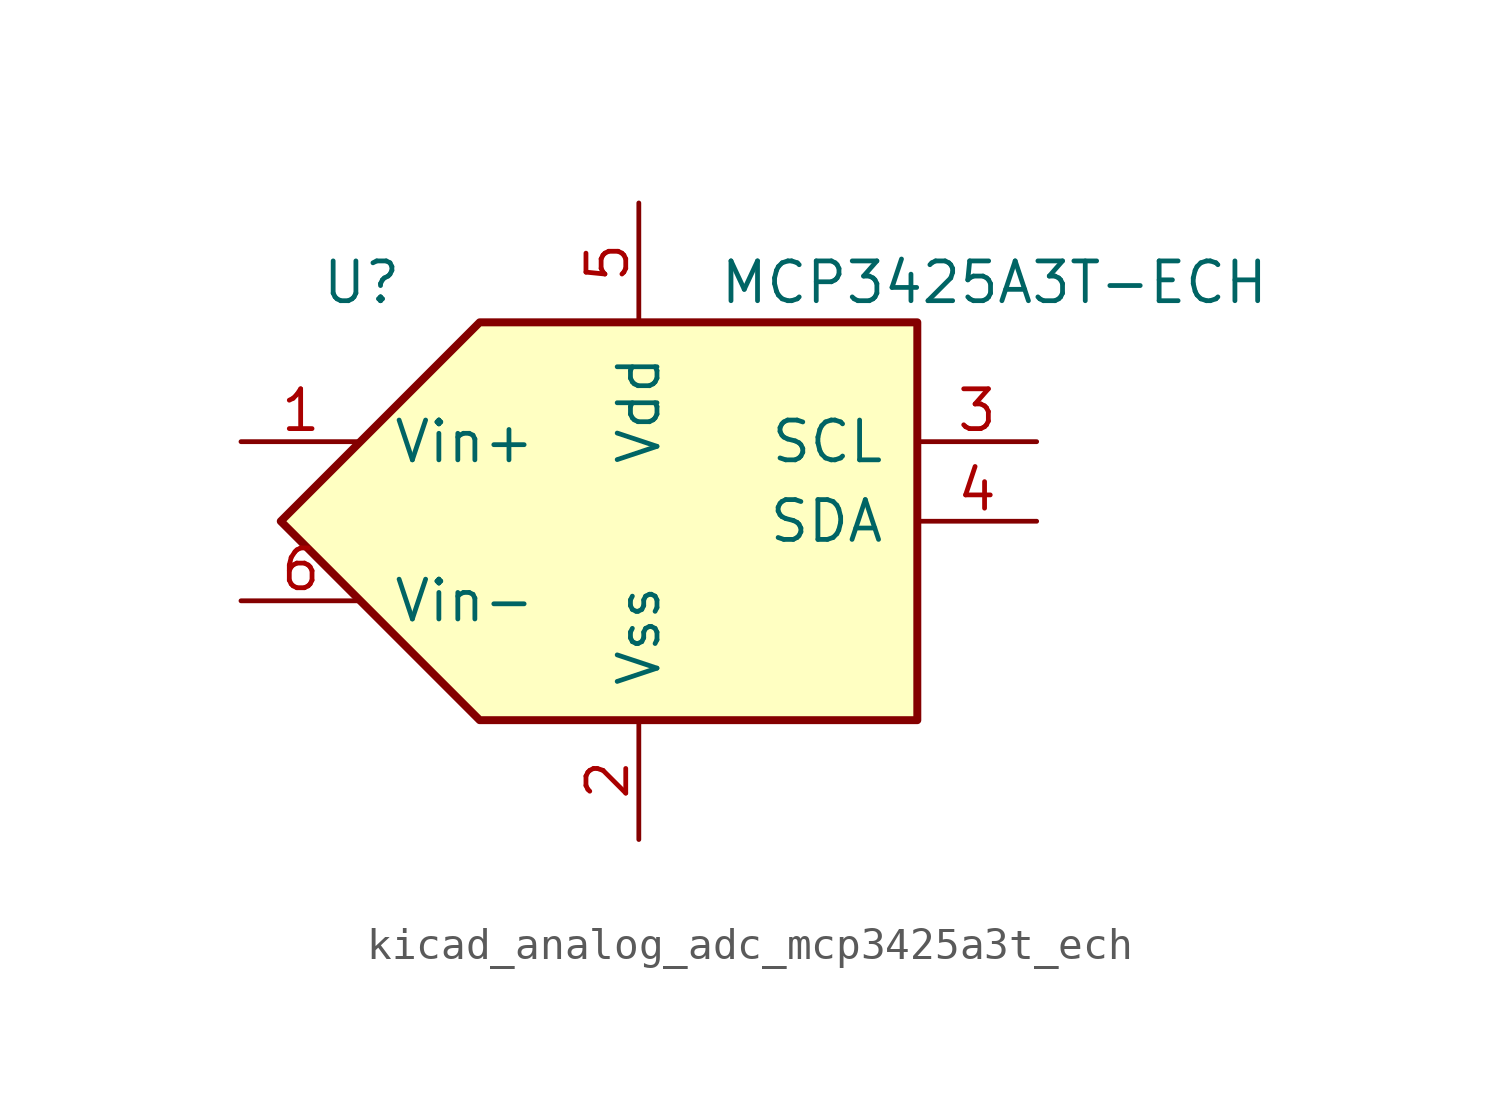
<source format=kicad_sym>
(kicad_symbol_lib
  (version 20220914)
  (generator kicad_symbol_editor)
  (symbol "kicad_analog_adc_mcp3425a3t_ech"
    (pin_names
      (offset 1.016))
    (property "Reference" "U"
      (at -10.16 7.62 0)
      (effects (font (size 1.27 1.27)) (justify left)))
    (property "Value" "MCP3425A3T-ECH"
      (at 2.54 7.62 0)
      (effects (font (size 1.27 1.27)) (justify left)))
    (symbol "kicad_analog_adc_mcp3425a3t_ech_0_1"
      (polyline (pts (xy -5.08 6.35) (xy 8.89 6.35) (xy 8.89 0) (xy 8.89 -6.35) (xy -5.08 -6.35) (xy -11.43 0) (xy -5.08 6.35)) (stroke (width 0.254) (type default)) (fill (type background))))
    (symbol "kicad_analog_adc_mcp3425a3t_ech_1_1"
      (pin passive line (at -12.7 2.54 0) (length 3.81) (name "Vin+" (effects (font (size 1.27 1.27)))) (number "1" (effects (font (size 1.27 1.27)))))
      (pin power_in line (at 0 -10.16 90) (length 3.81) (name "Vss" (effects (font (size 1.27 1.27)))) (number "2" (effects (font (size 1.27 1.27)))))
      (pin input line (at 12.7 2.54 180) (length 3.81) (name "SCL" (effects (font (size 1.27 1.27)))) (number "3" (effects (font (size 1.27 1.27)))))
      (pin bidirectional line (at 12.7 0 180) (length 3.81) (name "SDA" (effects (font (size 1.27 1.27)))) (number "4" (effects (font (size 1.27 1.27)))))
      (pin power_in line (at 0 10.16 270) (length 3.81) (name "Vdd" (effects (font (size 1.27 1.27)))) (number "5" (effects (font (size 1.27 1.27)))))
      (pin passive line (at -12.7 -2.54 0) (length 3.81) (name "Vin-" (effects (font (size 1.27 1.27)))) (number "6" (effects (font (size 1.27 1.27))))))))
</source>
